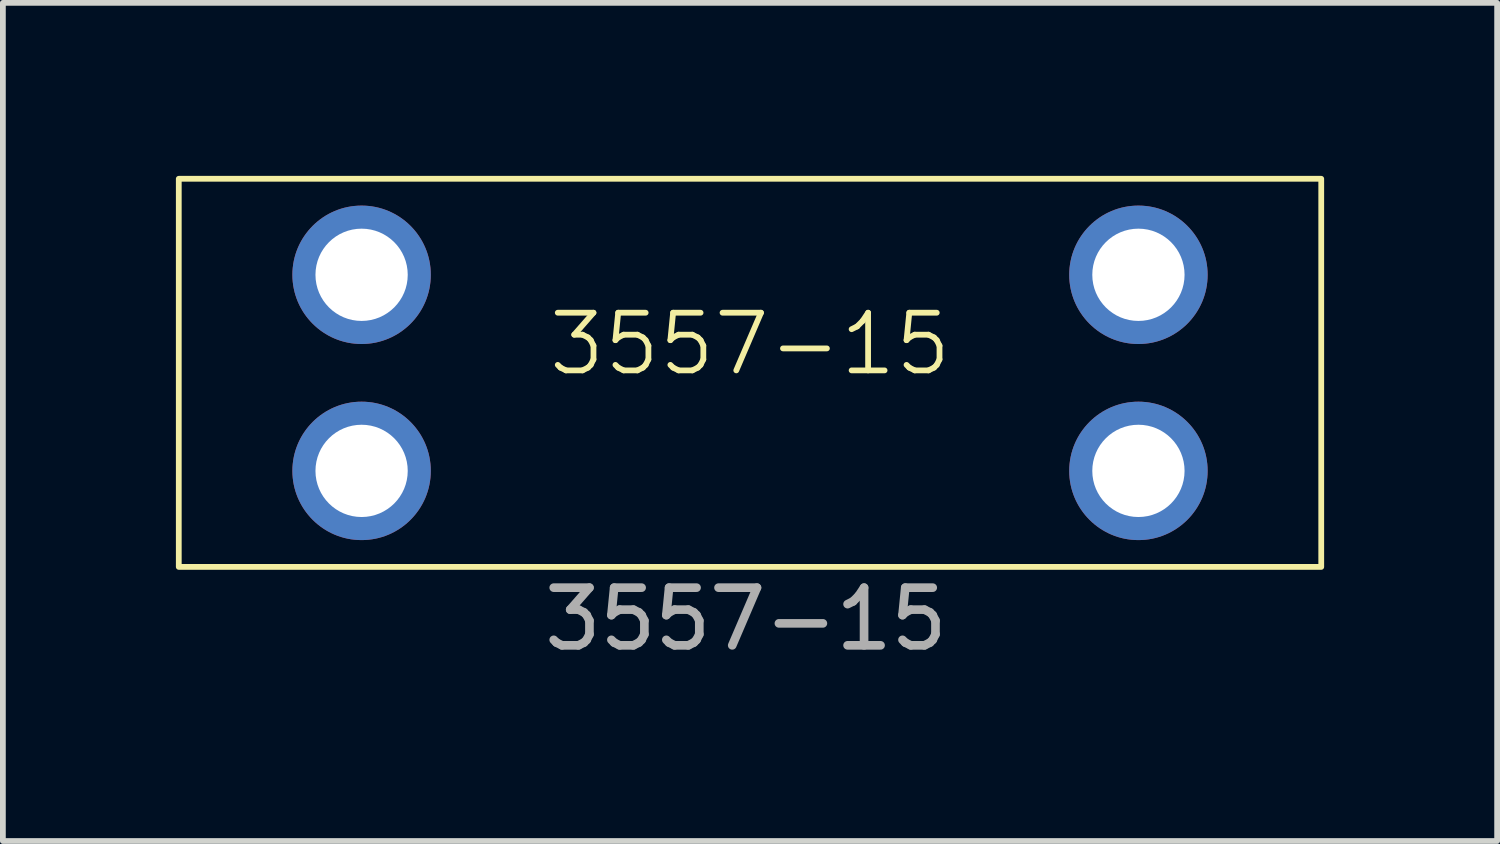
<source format=kicad_pcb>
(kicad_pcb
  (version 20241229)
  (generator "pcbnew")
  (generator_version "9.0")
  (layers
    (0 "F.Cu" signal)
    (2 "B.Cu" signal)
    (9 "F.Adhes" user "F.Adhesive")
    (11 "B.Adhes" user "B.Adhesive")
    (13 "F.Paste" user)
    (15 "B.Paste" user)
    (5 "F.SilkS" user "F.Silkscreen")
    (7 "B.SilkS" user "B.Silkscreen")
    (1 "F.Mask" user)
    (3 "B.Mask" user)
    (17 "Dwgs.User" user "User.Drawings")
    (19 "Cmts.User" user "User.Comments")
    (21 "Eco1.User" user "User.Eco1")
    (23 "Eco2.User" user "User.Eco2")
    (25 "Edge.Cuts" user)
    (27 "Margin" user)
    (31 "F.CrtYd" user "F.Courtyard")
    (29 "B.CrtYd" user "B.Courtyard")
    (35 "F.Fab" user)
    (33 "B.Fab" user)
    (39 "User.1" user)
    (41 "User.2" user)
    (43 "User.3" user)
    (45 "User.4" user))
  (footprint "3557-15"
    (layer "F.Cu")
    (at 9.955 3.415)
    (property "Reference" "3557-15" (at 0 -0.5 0) (unlocked yes) (layer "F.SilkS") (effects (font (size 1 1) (thickness 0.1))))
    (attr through_hole)
    (fp_rect (start -9.905 -3.365) (end 9.905 3.365) (stroke (width 0.1) (type default)) (fill no) (layer "F.SilkS"))
    (fp_text user "${REFERENCE}" (at -0.07 4.27 0) (unlocked yes) (layer "F.Fab") (effects (font (size 1 1) (thickness 0.15))))
    (pad "1" thru_hole circle (at -6.735 -1.7) (size 2.4 2.4) (drill 1.6) (layers "*.Cu" "*.Mask"))
    (pad "1" thru_hole circle (at -6.735 1.7) (size 2.4 2.4) (drill 1.6) (layers "*.Cu" "*.Mask"))
    (pad "2" thru_hole circle (at 6.735 -1.7) (size 2.4 2.4) (drill 1.6) (layers "*.Cu" "*.Mask"))
    (pad "2" thru_hole circle (at 6.735 1.7) (size 2.4 2.4) (drill 1.6) (layers "*.Cu" "*.Mask")))
  (gr_rect
    (start -3 -3)
    (end 22.91 11.533)
    (stroke (width 0.1) (type default))
    (fill no)
    (layer "Edge.Cuts")))
</source>
